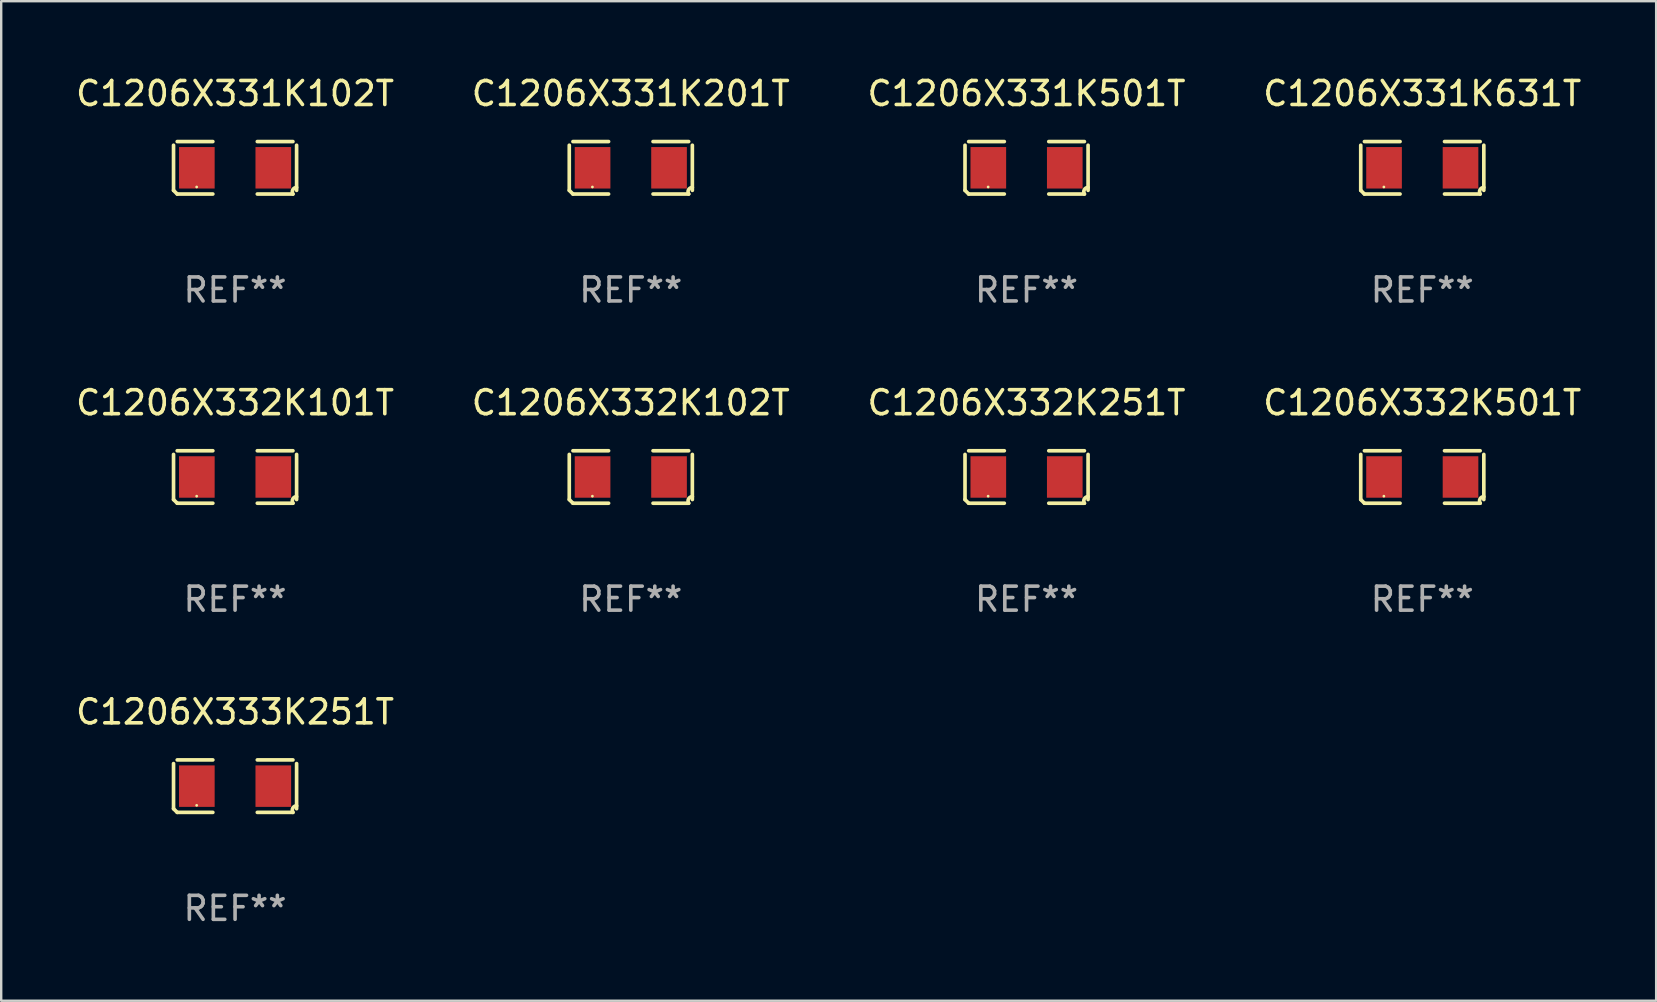
<source format=kicad_pcb>
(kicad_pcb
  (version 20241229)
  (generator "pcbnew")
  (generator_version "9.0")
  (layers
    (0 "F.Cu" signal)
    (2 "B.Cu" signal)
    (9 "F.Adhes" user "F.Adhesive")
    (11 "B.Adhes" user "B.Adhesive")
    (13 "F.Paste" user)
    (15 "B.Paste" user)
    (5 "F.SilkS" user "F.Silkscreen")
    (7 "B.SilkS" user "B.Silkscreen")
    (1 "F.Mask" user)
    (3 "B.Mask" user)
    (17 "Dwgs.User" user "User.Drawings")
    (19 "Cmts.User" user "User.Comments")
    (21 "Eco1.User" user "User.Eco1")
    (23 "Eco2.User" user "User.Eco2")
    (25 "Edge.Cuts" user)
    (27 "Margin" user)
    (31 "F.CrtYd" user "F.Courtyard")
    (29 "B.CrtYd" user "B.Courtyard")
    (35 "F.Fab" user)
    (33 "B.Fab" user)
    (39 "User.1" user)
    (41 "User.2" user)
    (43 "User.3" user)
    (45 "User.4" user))
  (footprint "C1206X333K251T"
    (layer "F.Cu")
    (at 6.744 29.704)
    (property "Reference" "C1206X333K251T" (at 0 -3.093 0) (layer "F.SilkS") (effects (font (size 1 1) (thickness 0.15))))
    (attr through_hole)
    (fp_line (start -2.564 0.94) (end -2.564 -0.94) (stroke (width 0.152) (type solid)) (layer "F.SilkS"))
    (fp_line (start -2.411 -1.093) (end -0.926 -1.093) (stroke (width 0.152) (type solid)) (layer "F.SilkS"))
    (fp_line (start -0.926 1.093) (end -2.411 1.093) (stroke (width 0.152) (type solid)) (layer "F.SilkS"))
    (fp_line (start 0.926 1.093) (end 2.411 1.093) (stroke (width 0.152) (type solid)) (layer "F.SilkS"))
    (fp_line (start 2.411 -1.093) (end 0.926 -1.093) (stroke (width 0.152) (type solid)) (layer "F.SilkS"))
    (fp_line (start 2.564 0.94) (end 2.564 -0.94) (stroke (width 0.152) (type solid)) (layer "F.SilkS"))
    (fp_arc (start -2.411201 1.092609) (mid -2.487413 1.01642) (end -2.563602 0.940208) (stroke (width 0.1524) (type solid)) (layer "F.SilkS"))
    (fp_arc (start 2.411201 1.092609) (mid 2.407159 0.911226) (end 2.563602 0.819347) (stroke (width 0.1524) (type solid)) (layer "F.SilkS"))
    (fp_circle (center -1.6 0.8) (end -1.57 0.8) (stroke (width 0.06) (type solid)) (fill no) (layer "F.SilkS"))
    (fp_text user "REF**" (at 0 5.093 0) (layer "F.Fab") (effects (font (size 1 1) (thickness 0.15))))
    (pad "1" smd rect (at -1.593 0) (size 1.485 1.728) (layers "F.Cu" "F.Mask" "F.Paste"))
    (pad "2" smd rect (at 1.593 0) (size 1.485 1.728) (layers "F.Cu" "F.Mask" "F.Paste")))
  (footprint "C1206X332K101T"
    (layer "F.Cu")
    (at 6.744 16.823)
    (property "Reference" "C1206X332K101T" (at 0 -3.093 0) (layer "F.SilkS") (effects (font (size 1 1) (thickness 0.15))))
    (attr through_hole)
    (fp_line (start -2.564 0.94) (end -2.564 -0.94) (stroke (width 0.152) (type solid)) (layer "F.SilkS"))
    (fp_line (start -2.411 -1.093) (end -0.926 -1.093) (stroke (width 0.152) (type solid)) (layer "F.SilkS"))
    (fp_line (start -0.926 1.093) (end -2.411 1.093) (stroke (width 0.152) (type solid)) (layer "F.SilkS"))
    (fp_line (start 0.926 1.093) (end 2.411 1.093) (stroke (width 0.152) (type solid)) (layer "F.SilkS"))
    (fp_line (start 2.411 -1.093) (end 0.926 -1.093) (stroke (width 0.152) (type solid)) (layer "F.SilkS"))
    (fp_line (start 2.564 0.94) (end 2.564 -0.94) (stroke (width 0.152) (type solid)) (layer "F.SilkS"))
    (fp_arc (start -2.411201 1.092609) (mid -2.487413 1.01642) (end -2.563602 0.940208) (stroke (width 0.1524) (type solid)) (layer "F.SilkS"))
    (fp_arc (start 2.411201 1.092609) (mid 2.407159 0.911226) (end 2.563602 0.819347) (stroke (width 0.1524) (type solid)) (layer "F.SilkS"))
    (fp_circle (center -1.6 0.8) (end -1.57 0.8) (stroke (width 0.06) (type solid)) (fill no) (layer "F.SilkS"))
    (fp_text user "REF**" (at 0 5.093 0) (layer "F.Fab") (effects (font (size 1 1) (thickness 0.15))))
    (pad "1" smd rect (at -1.593 0) (size 1.485 1.728) (layers "F.Cu" "F.Mask" "F.Paste"))
    (pad "2" smd rect (at 1.593 0) (size 1.485 1.728) (layers "F.Cu" "F.Mask" "F.Paste")))
  (footprint "C1206X331K201T"
    (layer "F.Cu")
    (at 23.232 3.941)
    (property "Reference" "C1206X331K201T" (at 0 -3.093 0) (layer "F.SilkS") (effects (font (size 1 1) (thickness 0.15))))
    (attr through_hole)
    (fp_line (start -2.564 0.94) (end -2.564 -0.94) (stroke (width 0.152) (type solid)) (layer "F.SilkS"))
    (fp_line (start -2.411 -1.093) (end -0.926 -1.093) (stroke (width 0.152) (type solid)) (layer "F.SilkS"))
    (fp_line (start -0.926 1.093) (end -2.411 1.093) (stroke (width 0.152) (type solid)) (layer "F.SilkS"))
    (fp_line (start 0.926 1.093) (end 2.411 1.093) (stroke (width 0.152) (type solid)) (layer "F.SilkS"))
    (fp_line (start 2.411 -1.093) (end 0.926 -1.093) (stroke (width 0.152) (type solid)) (layer "F.SilkS"))
    (fp_line (start 2.564 0.94) (end 2.564 -0.94) (stroke (width 0.152) (type solid)) (layer "F.SilkS"))
    (fp_arc (start -2.411201 1.092609) (mid -2.487413 1.01642) (end -2.563602 0.940208) (stroke (width 0.1524) (type solid)) (layer "F.SilkS"))
    (fp_arc (start 2.411201 1.092609) (mid 2.407159 0.911226) (end 2.563602 0.819347) (stroke (width 0.1524) (type solid)) (layer "F.SilkS"))
    (fp_circle (center -1.6 0.8) (end -1.57 0.8) (stroke (width 0.06) (type solid)) (fill no) (layer "F.SilkS"))
    (fp_text user "REF**" (at 0 5.093 0) (layer "F.Fab") (effects (font (size 1 1) (thickness 0.15))))
    (pad "1" smd rect (at -1.593 0) (size 1.485 1.728) (layers "F.Cu" "F.Mask" "F.Paste"))
    (pad "2" smd rect (at 1.593 0) (size 1.485 1.728) (layers "F.Cu" "F.Mask" "F.Paste")))
  (footprint "C1206X332K501T"
    (layer "F.Cu")
    (at 56.208 16.823)
    (property "Reference" "C1206X332K501T" (at 0 -3.093 0) (layer "F.SilkS") (effects (font (size 1 1) (thickness 0.15))))
    (attr through_hole)
    (fp_line (start -2.564 0.94) (end -2.564 -0.94) (stroke (width 0.152) (type solid)) (layer "F.SilkS"))
    (fp_line (start -2.411 -1.093) (end -0.926 -1.093) (stroke (width 0.152) (type solid)) (layer "F.SilkS"))
    (fp_line (start -0.926 1.093) (end -2.411 1.093) (stroke (width 0.152) (type solid)) (layer "F.SilkS"))
    (fp_line (start 0.926 1.093) (end 2.411 1.093) (stroke (width 0.152) (type solid)) (layer "F.SilkS"))
    (fp_line (start 2.411 -1.093) (end 0.926 -1.093) (stroke (width 0.152) (type solid)) (layer "F.SilkS"))
    (fp_line (start 2.564 0.94) (end 2.564 -0.94) (stroke (width 0.152) (type solid)) (layer "F.SilkS"))
    (fp_arc (start -2.411201 1.092609) (mid -2.487413 1.01642) (end -2.563602 0.940208) (stroke (width 0.1524) (type solid)) (layer "F.SilkS"))
    (fp_arc (start 2.411201 1.092609) (mid 2.407159 0.911226) (end 2.563602 0.819347) (stroke (width 0.1524) (type solid)) (layer "F.SilkS"))
    (fp_circle (center -1.6 0.8) (end -1.57 0.8) (stroke (width 0.06) (type solid)) (fill no) (layer "F.SilkS"))
    (fp_text user "REF**" (at 0 5.093 0) (layer "F.Fab") (effects (font (size 1 1) (thickness 0.15))))
    (pad "1" smd rect (at -1.593 0) (size 1.485 1.728) (layers "F.Cu" "F.Mask" "F.Paste"))
    (pad "2" smd rect (at 1.593 0) (size 1.485 1.728) (layers "F.Cu" "F.Mask" "F.Paste")))
  (footprint "C1206X331K631T"
    (layer "F.Cu")
    (at 56.208 3.941)
    (property "Reference" "C1206X331K631T" (at 0 -3.093 0) (layer "F.SilkS") (effects (font (size 1 1) (thickness 0.15))))
    (attr through_hole)
    (fp_line (start -2.564 0.94) (end -2.564 -0.94) (stroke (width 0.152) (type solid)) (layer "F.SilkS"))
    (fp_line (start -2.411 -1.093) (end -0.926 -1.093) (stroke (width 0.152) (type solid)) (layer "F.SilkS"))
    (fp_line (start -0.926 1.093) (end -2.411 1.093) (stroke (width 0.152) (type solid)) (layer "F.SilkS"))
    (fp_line (start 0.926 1.093) (end 2.411 1.093) (stroke (width 0.152) (type solid)) (layer "F.SilkS"))
    (fp_line (start 2.411 -1.093) (end 0.926 -1.093) (stroke (width 0.152) (type solid)) (layer "F.SilkS"))
    (fp_line (start 2.564 0.94) (end 2.564 -0.94) (stroke (width 0.152) (type solid)) (layer "F.SilkS"))
    (fp_arc (start -2.411201 1.092609) (mid -2.487413 1.01642) (end -2.563602 0.940208) (stroke (width 0.1524) (type solid)) (layer "F.SilkS"))
    (fp_arc (start 2.411201 1.092609) (mid 2.407159 0.911226) (end 2.563602 0.819347) (stroke (width 0.1524) (type solid)) (layer "F.SilkS"))
    (fp_circle (center -1.6 0.8) (end -1.57 0.8) (stroke (width 0.06) (type solid)) (fill no) (layer "F.SilkS"))
    (fp_text user "REF**" (at 0 5.093 0) (layer "F.Fab") (effects (font (size 1 1) (thickness 0.15))))
    (pad "1" smd rect (at -1.593 0) (size 1.485 1.728) (layers "F.Cu" "F.Mask" "F.Paste"))
    (pad "2" smd rect (at 1.593 0) (size 1.485 1.728) (layers "F.Cu" "F.Mask" "F.Paste")))
  (footprint "C1206X331K501T"
    (layer "F.Cu")
    (at 39.72 3.941)
    (property "Reference" "C1206X331K501T" (at 0 -3.093 0) (layer "F.SilkS") (effects (font (size 1 1) (thickness 0.15))))
    (attr through_hole)
    (fp_line (start -2.564 0.94) (end -2.564 -0.94) (stroke (width 0.152) (type solid)) (layer "F.SilkS"))
    (fp_line (start -2.411 -1.093) (end -0.926 -1.093) (stroke (width 0.152) (type solid)) (layer "F.SilkS"))
    (fp_line (start -0.926 1.093) (end -2.411 1.093) (stroke (width 0.152) (type solid)) (layer "F.SilkS"))
    (fp_line (start 0.926 1.093) (end 2.411 1.093) (stroke (width 0.152) (type solid)) (layer "F.SilkS"))
    (fp_line (start 2.411 -1.093) (end 0.926 -1.093) (stroke (width 0.152) (type solid)) (layer "F.SilkS"))
    (fp_line (start 2.564 0.94) (end 2.564 -0.94) (stroke (width 0.152) (type solid)) (layer "F.SilkS"))
    (fp_arc (start -2.411201 1.092609) (mid -2.487413 1.01642) (end -2.563602 0.940208) (stroke (width 0.1524) (type solid)) (layer "F.SilkS"))
    (fp_arc (start 2.411201 1.092609) (mid 2.407159 0.911226) (end 2.563602 0.819347) (stroke (width 0.1524) (type solid)) (layer "F.SilkS"))
    (fp_circle (center -1.6 0.8) (end -1.57 0.8) (stroke (width 0.06) (type solid)) (fill no) (layer "F.SilkS"))
    (fp_text user "REF**" (at 0 5.093 0) (layer "F.Fab") (effects (font (size 1 1) (thickness 0.15))))
    (pad "1" smd rect (at -1.593 0) (size 1.485 1.728) (layers "F.Cu" "F.Mask" "F.Paste"))
    (pad "2" smd rect (at 1.593 0) (size 1.485 1.728) (layers "F.Cu" "F.Mask" "F.Paste")))
  (footprint "C1206X331K102T"
    (layer "F.Cu")
    (at 6.744 3.941)
    (property "Reference" "C1206X331K102T" (at 0 -3.093 0) (layer "F.SilkS") (effects (font (size 1 1) (thickness 0.15))))
    (attr through_hole)
    (fp_line (start -2.564 0.94) (end -2.564 -0.94) (stroke (width 0.152) (type solid)) (layer "F.SilkS"))
    (fp_line (start -2.411 -1.093) (end -0.926 -1.093) (stroke (width 0.152) (type solid)) (layer "F.SilkS"))
    (fp_line (start -0.926 1.093) (end -2.411 1.093) (stroke (width 0.152) (type solid)) (layer "F.SilkS"))
    (fp_line (start 0.926 1.093) (end 2.411 1.093) (stroke (width 0.152) (type solid)) (layer "F.SilkS"))
    (fp_line (start 2.411 -1.093) (end 0.926 -1.093) (stroke (width 0.152) (type solid)) (layer "F.SilkS"))
    (fp_line (start 2.564 0.94) (end 2.564 -0.94) (stroke (width 0.152) (type solid)) (layer "F.SilkS"))
    (fp_arc (start -2.411201 1.092609) (mid -2.487413 1.01642) (end -2.563602 0.940208) (stroke (width 0.1524) (type solid)) (layer "F.SilkS"))
    (fp_arc (start 2.411201 1.092609) (mid 2.407159 0.911226) (end 2.563602 0.819347) (stroke (width 0.1524) (type solid)) (layer "F.SilkS"))
    (fp_circle (center -1.6 0.8) (end -1.57 0.8) (stroke (width 0.06) (type solid)) (fill no) (layer "F.SilkS"))
    (fp_text user "REF**" (at 0 5.093 0) (layer "F.Fab") (effects (font (size 1 1) (thickness 0.15))))
    (pad "1" smd rect (at -1.593 0) (size 1.485 1.728) (layers "F.Cu" "F.Mask" "F.Paste"))
    (pad "2" smd rect (at 1.593 0) (size 1.485 1.728) (layers "F.Cu" "F.Mask" "F.Paste")))
  (footprint "C1206X332K102T"
    (layer "F.Cu")
    (at 23.232 16.823)
    (property "Reference" "C1206X332K102T" (at 0 -3.093 0) (layer "F.SilkS") (effects (font (size 1 1) (thickness 0.15))))
    (attr through_hole)
    (fp_line (start -2.564 0.94) (end -2.564 -0.94) (stroke (width 0.152) (type solid)) (layer "F.SilkS"))
    (fp_line (start -2.411 -1.093) (end -0.926 -1.093) (stroke (width 0.152) (type solid)) (layer "F.SilkS"))
    (fp_line (start -0.926 1.093) (end -2.411 1.093) (stroke (width 0.152) (type solid)) (layer "F.SilkS"))
    (fp_line (start 0.926 1.093) (end 2.411 1.093) (stroke (width 0.152) (type solid)) (layer "F.SilkS"))
    (fp_line (start 2.411 -1.093) (end 0.926 -1.093) (stroke (width 0.152) (type solid)) (layer "F.SilkS"))
    (fp_line (start 2.564 0.94) (end 2.564 -0.94) (stroke (width 0.152) (type solid)) (layer "F.SilkS"))
    (fp_arc (start -2.411201 1.092609) (mid -2.487413 1.01642) (end -2.563602 0.940208) (stroke (width 0.1524) (type solid)) (layer "F.SilkS"))
    (fp_arc (start 2.411201 1.092609) (mid 2.407159 0.911226) (end 2.563602 0.819347) (stroke (width 0.1524) (type solid)) (layer "F.SilkS"))
    (fp_circle (center -1.6 0.8) (end -1.57 0.8) (stroke (width 0.06) (type solid)) (fill no) (layer "F.SilkS"))
    (fp_text user "REF**" (at 0 5.093 0) (layer "F.Fab") (effects (font (size 1 1) (thickness 0.15))))
    (pad "1" smd rect (at -1.593 0) (size 1.485 1.728) (layers "F.Cu" "F.Mask" "F.Paste"))
    (pad "2" smd rect (at 1.593 0) (size 1.485 1.728) (layers "F.Cu" "F.Mask" "F.Paste")))
  (footprint "C1206X332K251T"
    (layer "F.Cu")
    (at 39.72 16.823)
    (property "Reference" "C1206X332K251T" (at 0 -3.093 0) (layer "F.SilkS") (effects (font (size 1 1) (thickness 0.15))))
    (attr through_hole)
    (fp_line (start -2.564 0.94) (end -2.564 -0.94) (stroke (width 0.152) (type solid)) (layer "F.SilkS"))
    (fp_line (start -2.411 -1.093) (end -0.926 -1.093) (stroke (width 0.152) (type solid)) (layer "F.SilkS"))
    (fp_line (start -0.926 1.093) (end -2.411 1.093) (stroke (width 0.152) (type solid)) (layer "F.SilkS"))
    (fp_line (start 0.926 1.093) (end 2.411 1.093) (stroke (width 0.152) (type solid)) (layer "F.SilkS"))
    (fp_line (start 2.411 -1.093) (end 0.926 -1.093) (stroke (width 0.152) (type solid)) (layer "F.SilkS"))
    (fp_line (start 2.564 0.94) (end 2.564 -0.94) (stroke (width 0.152) (type solid)) (layer "F.SilkS"))
    (fp_arc (start -2.411201 1.092609) (mid -2.487413 1.01642) (end -2.563602 0.940208) (stroke (width 0.1524) (type solid)) (layer "F.SilkS"))
    (fp_arc (start 2.411201 1.092609) (mid 2.407159 0.911226) (end 2.563602 0.819347) (stroke (width 0.1524) (type solid)) (layer "F.SilkS"))
    (fp_circle (center -1.6 0.8) (end -1.57 0.8) (stroke (width 0.06) (type solid)) (fill no) (layer "F.SilkS"))
    (fp_text user "REF**" (at 0 5.093 0) (layer "F.Fab") (effects (font (size 1 1) (thickness 0.15))))
    (pad "1" smd rect (at -1.593 0) (size 1.485 1.728) (layers "F.Cu" "F.Mask" "F.Paste"))
    (pad "2" smd rect (at 1.593 0) (size 1.485 1.728) (layers "F.Cu" "F.Mask" "F.Paste")))
  (gr_rect
    (start -3 -3)
    (end 65.952 38.645)
    (stroke (width 0.1) (type default))
    (fill no)
    (layer "Edge.Cuts")))
</source>
